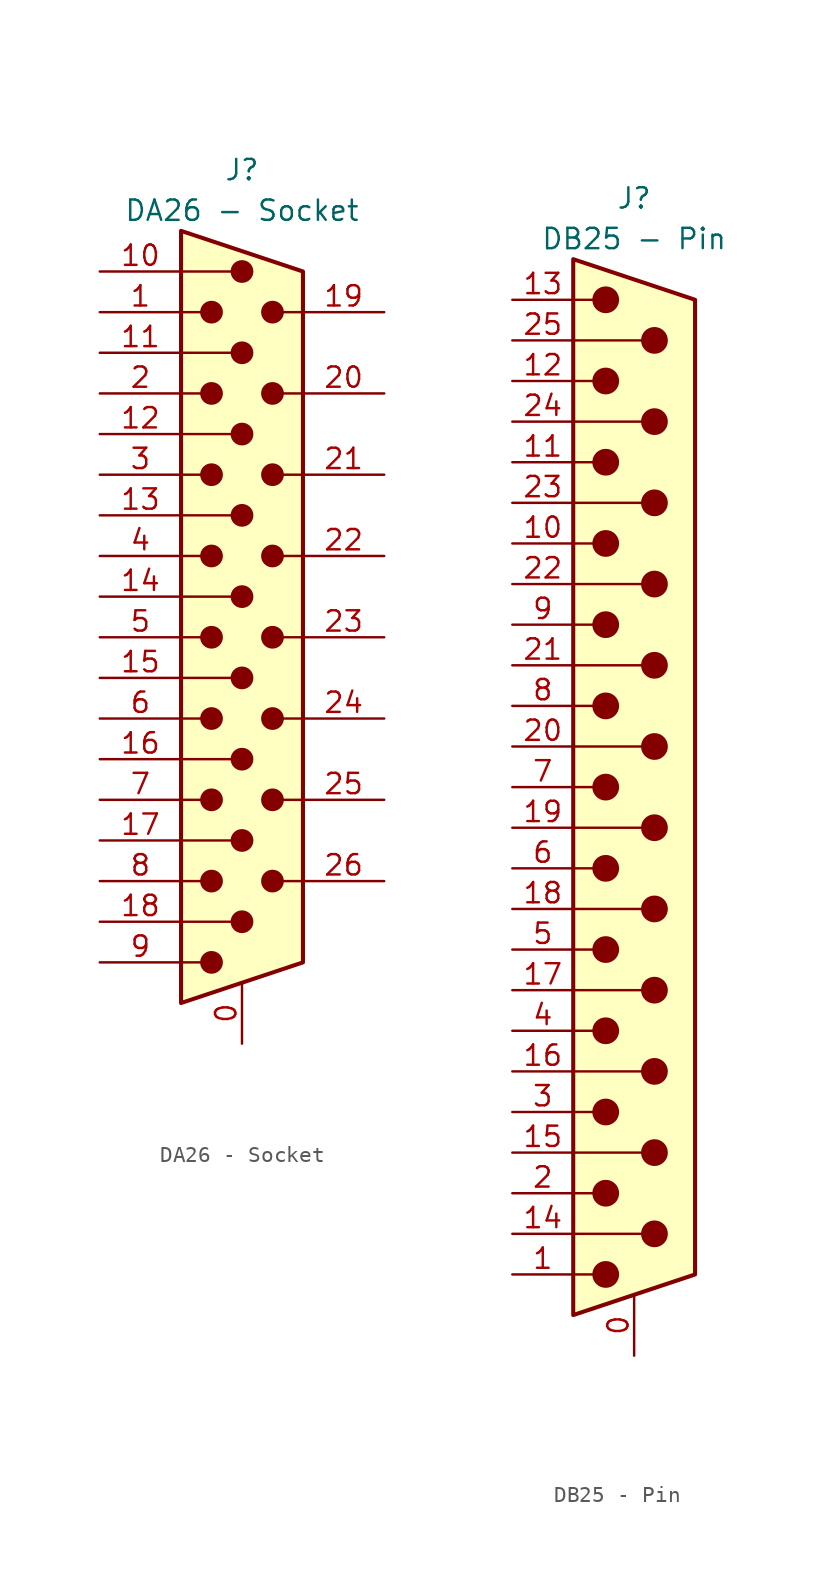
<source format=kicad_sym>
(kicad_symbol_lib
  (version 20220914)
  (generator kicad_symbol_editor)
  (symbol "DA26 - Socket"
    (pin_names
      (offset 1.016) hide)
    (property "Reference" "J"
      (at 0 26.67 0)
      (effects (font (size 1.27 1.27))))
    (property "Value" "DA26 - Socket"
      (at 0 24.13 0)
      (effects (font (size 1.27 1.27))))
    (symbol "DA26 - Socket_0_1"
      (circle (center -1.905 -22.86) (radius 0.635) (stroke (width 0) (type default)) (fill (type outline)))
      (circle (center -1.905 -17.78) (radius 0.635) (stroke (width 0) (type default)) (fill (type outline)))
      (circle (center -1.905 -12.7) (radius 0.635) (stroke (width 0) (type default)) (fill (type outline)))
      (circle (center -1.905 -7.62) (radius 0.635) (stroke (width 0) (type default)) (fill (type outline)))
      (circle (center -1.905 -2.54) (radius 0.635) (stroke (width 0) (type default)) (fill (type outline)))
      (circle (center -1.905 2.54) (radius 0.635) (stroke (width 0) (type default)) (fill (type outline)))
      (circle (center -1.905 7.62) (radius 0.635) (stroke (width 0) (type default)) (fill (type outline)))
      (circle (center -1.905 12.7) (radius 0.635) (stroke (width 0) (type default)) (fill (type outline)))
      (circle (center -1.905 17.78) (radius 0.635) (stroke (width 0) (type default)) (fill (type outline)))
      (circle (center 0 -20.32) (radius 0.635) (stroke (width 0) (type default)) (fill (type outline)))
      (circle (center 0 -15.24) (radius 0.635) (stroke (width 0) (type default)) (fill (type outline)))
      (circle (center 0 -10.16) (radius 0.635) (stroke (width 0) (type default)) (fill (type outline)))
      (circle (center 0 -5.08) (radius 0.635) (stroke (width 0) (type default)) (fill (type outline)))
      (polyline (pts (xy -2.54 -22.86) (xy -3.81 -22.86)) (stroke (width 0) (type default)) (fill (type none)))
      (polyline (pts (xy -2.54 -17.78) (xy -3.81 -17.78)) (stroke (width 0) (type default)) (fill (type none)))
      (polyline (pts (xy -2.54 -12.7) (xy -3.81 -12.7)) (stroke (width 0) (type default)) (fill (type none)))
      (polyline (pts (xy -2.54 -7.62) (xy -3.81 -7.62)) (stroke (width 0) (type default)) (fill (type none)))
      (polyline (pts (xy -2.54 -2.54) (xy -3.81 -2.54)) (stroke (width 0) (type default)) (fill (type none)))
      (polyline (pts (xy -2.54 2.54) (xy -3.81 2.54)) (stroke (width 0) (type default)) (fill (type none)))
      (polyline (pts (xy -2.54 7.62) (xy -3.81 7.62)) (stroke (width 0) (type default)) (fill (type none)))
      (polyline (pts (xy -2.54 12.7) (xy -3.81 12.7)) (stroke (width 0) (type default)) (fill (type none)))
      (polyline (pts (xy -2.54 17.78) (xy -3.81 17.78)) (stroke (width 0) (type default)) (fill (type none)))
      (polyline (pts (xy 0 -20.32) (xy -3.81 -20.32)) (stroke (width 0) (type default)) (fill (type none)))
      (polyline (pts (xy 0 -15.24) (xy -3.81 -15.24)) (stroke (width 0) (type default)) (fill (type none)))
      (polyline (pts (xy 0 -10.16) (xy -3.81 -10.16)) (stroke (width 0) (type default)) (fill (type none)))
      (polyline (pts (xy 0 -5.08) (xy -3.81 -5.08)) (stroke (width 0) (type default)) (fill (type none)))
      (polyline (pts (xy 0 0) (xy -3.81 0)) (stroke (width 0) (type default)) (fill (type none)))
      (polyline (pts (xy 0 5.08) (xy -3.81 5.08)) (stroke (width 0) (type default)) (fill (type none)))
      (polyline (pts (xy 0 10.16) (xy -3.81 10.16)) (stroke (width 0) (type default)) (fill (type none)))
      (polyline (pts (xy 0 15.24) (xy -3.81 15.24)) (stroke (width 0) (type default)) (fill (type none)))
      (polyline (pts (xy 0 20.32) (xy -3.81 20.32)) (stroke (width 0) (type default)) (fill (type none)))
      (polyline (pts (xy 3.81 -17.78) (xy 2.54 -17.78)) (stroke (width 0) (type default)) (fill (type none)))
      (polyline (pts (xy 3.81 -12.7) (xy 2.54 -12.7)) (stroke (width 0) (type default)) (fill (type none)))
      (polyline (pts (xy 3.81 -7.62) (xy 2.54 -7.62)) (stroke (width 0) (type default)) (fill (type none)))
      (polyline (pts (xy 3.81 -2.54) (xy 2.54 -2.54)) (stroke (width 0) (type default)) (fill (type none)))
      (polyline (pts (xy 3.81 2.54) (xy 2.54 2.54)) (stroke (width 0) (type default)) (fill (type none)))
      (polyline (pts (xy 3.81 7.62) (xy 2.54 7.62)) (stroke (width 0) (type default)) (fill (type none)))
      (polyline (pts (xy 3.81 12.7) (xy 2.54 12.7)) (stroke (width 0) (type default)) (fill (type none)))
      (polyline (pts (xy 3.81 17.78) (xy 2.54 17.78)) (stroke (width 0) (type default)) (fill (type none)))
      (polyline (pts (xy -3.81 22.86) (xy -3.81 -25.4) (xy 3.81 -22.86) (xy 3.81 20.32) (xy -3.81 22.86)) (stroke (width 0.254) (type default)) (fill (type background)))
      (circle (center 0 0) (radius 0.635) (stroke (width 0) (type default)) (fill (type outline)))
      (circle (center 0 5.08) (radius 0.635) (stroke (width 0) (type default)) (fill (type outline)))
      (circle (center 0 10.16) (radius 0.635) (stroke (width 0) (type default)) (fill (type outline)))
      (circle (center 0 15.24) (radius 0.635) (stroke (width 0) (type default)) (fill (type outline)))
      (circle (center 0 20.32) (radius 0.635) (stroke (width 0) (type default)) (fill (type outline)))
      (circle (center 1.905 -17.78) (radius 0.635) (stroke (width 0) (type default)) (fill (type outline)))
      (circle (center 1.905 -12.7) (radius 0.635) (stroke (width 0) (type default)) (fill (type outline)))
      (circle (center 1.905 -7.62) (radius 0.635) (stroke (width 0) (type default)) (fill (type outline)))
      (circle (center 1.905 -2.54) (radius 0.635) (stroke (width 0) (type default)) (fill (type outline)))
      (circle (center 1.905 2.54) (radius 0.635) (stroke (width 0) (type default)) (fill (type outline)))
      (circle (center 1.905 7.62) (radius 0.635) (stroke (width 0) (type default)) (fill (type outline)))
      (circle (center 1.905 12.7) (radius 0.635) (stroke (width 0) (type default)) (fill (type outline)))
      (circle (center 1.905 17.78) (radius 0.635) (stroke (width 0) (type default)) (fill (type outline))))
    (symbol "DA26 - Socket_1_1"
      (pin passive line (at 0 -27.94 90) (length 3.81) (name "0" (effects (font (size 1.27 1.27)))) (number "0" (effects (font (size 1.27 1.27)))))
      (pin passive line (at -8.89 17.78 0) (length 5.08) (name "1" (effects (font (size 1.27 1.27)))) (number "1" (effects (font (size 1.27 1.27)))))
      (pin passive line (at -8.89 20.32 0) (length 5.08) (name "10" (effects (font (size 1.27 1.27)))) (number "10" (effects (font (size 1.27 1.27)))))
      (pin passive line (at -8.89 15.24 0) (length 5.08) (name "11" (effects (font (size 1.27 1.27)))) (number "11" (effects (font (size 1.27 1.27)))))
      (pin passive line (at -8.89 10.16 0) (length 5.08) (name "12" (effects (font (size 1.27 1.27)))) (number "12" (effects (font (size 1.27 1.27)))))
      (pin passive line (at -8.89 5.08 0) (length 5.08) (name "13" (effects (font (size 1.27 1.27)))) (number "13" (effects (font (size 1.27 1.27)))))
      (pin passive line (at -8.89 0 0) (length 5.08) (name "14" (effects (font (size 1.27 1.27)))) (number "14" (effects (font (size 1.27 1.27)))))
      (pin passive line (at -8.89 -5.08 0) (length 5.08) (name "15" (effects (font (size 1.27 1.27)))) (number "15" (effects (font (size 1.27 1.27)))))
      (pin passive line (at -8.89 -10.16 0) (length 5.08) (name "16" (effects (font (size 1.27 1.27)))) (number "16" (effects (font (size 1.27 1.27)))))
      (pin passive line (at -8.89 -15.24 0) (length 5.08) (name "17" (effects (font (size 1.27 1.27)))) (number "17" (effects (font (size 1.27 1.27)))))
      (pin passive line (at -8.89 -20.32 0) (length 5.08) (name "18" (effects (font (size 1.27 1.27)))) (number "18" (effects (font (size 1.27 1.27)))))
      (pin passive line (at 8.89 17.78 180) (length 5.08) (name "19" (effects (font (size 1.27 1.27)))) (number "19" (effects (font (size 1.27 1.27)))))
      (pin passive line (at -8.89 12.7 0) (length 5.08) (name "2" (effects (font (size 1.27 1.27)))) (number "2" (effects (font (size 1.27 1.27)))))
      (pin passive line (at 8.89 12.7 180) (length 5.08) (name "20" (effects (font (size 1.27 1.27)))) (number "20" (effects (font (size 1.27 1.27)))))
      (pin passive line (at 8.89 7.62 180) (length 5.08) (name "21" (effects (font (size 1.27 1.27)))) (number "21" (effects (font (size 1.27 1.27)))))
      (pin passive line (at 8.89 2.54 180) (length 5.08) (name "22" (effects (font (size 1.27 1.27)))) (number "22" (effects (font (size 1.27 1.27)))))
      (pin passive line (at 8.89 -2.54 180) (length 5.08) (name "23" (effects (font (size 1.27 1.27)))) (number "23" (effects (font (size 1.27 1.27)))))
      (pin passive line (at 8.89 -7.62 180) (length 5.08) (name "24" (effects (font (size 1.27 1.27)))) (number "24" (effects (font (size 1.27 1.27)))))
      (pin passive line (at 8.89 -12.7 180) (length 5.08) (name "25" (effects (font (size 1.27 1.27)))) (number "25" (effects (font (size 1.27 1.27)))))
      (pin passive line (at 8.89 -17.78 180) (length 5.08) (name "26" (effects (font (size 1.27 1.27)))) (number "26" (effects (font (size 1.27 1.27)))))
      (pin passive line (at -8.89 7.62 0) (length 5.08) (name "3" (effects (font (size 1.27 1.27)))) (number "3" (effects (font (size 1.27 1.27)))))
      (pin passive line (at -8.89 2.54 0) (length 5.08) (name "4" (effects (font (size 1.27 1.27)))) (number "4" (effects (font (size 1.27 1.27)))))
      (pin passive line (at -8.89 -2.54 0) (length 5.08) (name "5" (effects (font (size 1.27 1.27)))) (number "5" (effects (font (size 1.27 1.27)))))
      (pin passive line (at -8.89 -7.62 0) (length 5.08) (name "6" (effects (font (size 1.27 1.27)))) (number "6" (effects (font (size 1.27 1.27)))))
      (pin passive line (at -8.89 -12.7 0) (length 5.08) (name "7" (effects (font (size 1.27 1.27)))) (number "7" (effects (font (size 1.27 1.27)))))
      (pin passive line (at -8.89 -17.78 0) (length 5.08) (name "8" (effects (font (size 1.27 1.27)))) (number "8" (effects (font (size 1.27 1.27)))))
      (pin passive line (at -8.89 -22.86 0) (length 5.08) (name "9" (effects (font (size 1.27 1.27)))) (number "9" (effects (font (size 1.27 1.27)))))))
  (symbol "DB25 - Pin"
    (pin_names
      (offset 1.016) hide)
    (property "Reference" "J"
      (at 0 34.29 0)
      (effects (font (size 1.27 1.27))))
    (property "Value" "DB25 - Pin"
      (at 0 31.75 0)
      (effects (font (size 1.27 1.27))))
    (symbol "DB25 - Pin_0_1"
      (circle (center -1.778 -33.02) (radius 0.762) (stroke (width 0) (type default)) (fill (type outline)))
      (circle (center -1.778 -27.94) (radius 0.762) (stroke (width 0) (type default)) (fill (type outline)))
      (circle (center -1.778 -22.86) (radius 0.762) (stroke (width 0) (type default)) (fill (type outline)))
      (circle (center -1.778 -17.78) (radius 0.762) (stroke (width 0) (type default)) (fill (type outline)))
      (circle (center -1.778 -12.7) (radius 0.762) (stroke (width 0) (type default)) (fill (type outline)))
      (circle (center -1.778 -7.62) (radius 0.762) (stroke (width 0) (type default)) (fill (type outline)))
      (circle (center -1.778 -2.54) (radius 0.762) (stroke (width 0) (type default)) (fill (type outline)))
      (circle (center -1.778 2.54) (radius 0.762) (stroke (width 0) (type default)) (fill (type outline)))
      (circle (center -1.778 7.62) (radius 0.762) (stroke (width 0) (type default)) (fill (type outline)))
      (circle (center -1.778 12.7) (radius 0.762) (stroke (width 0) (type default)) (fill (type outline)))
      (circle (center -1.778 17.78) (radius 0.762) (stroke (width 0) (type default)) (fill (type outline)))
      (circle (center -1.778 22.86) (radius 0.762) (stroke (width 0) (type default)) (fill (type outline)))
      (circle (center -1.778 27.94) (radius 0.762) (stroke (width 0) (type default)) (fill (type outline)))
      (polyline (pts (xy -3.81 -33.02) (xy -1.27 -33.02)) (stroke (width 0) (type default)) (fill (type none)))
      (polyline (pts (xy -3.81 -30.48) (xy 1.27 -30.48)) (stroke (width 0) (type default)) (fill (type none)))
      (polyline (pts (xy -3.81 -27.94) (xy -1.27 -27.94)) (stroke (width 0) (type default)) (fill (type none)))
      (polyline (pts (xy -3.81 -25.4) (xy 1.27 -25.4)) (stroke (width 0) (type default)) (fill (type none)))
      (polyline (pts (xy -3.81 -22.86) (xy -1.27 -22.86)) (stroke (width 0) (type default)) (fill (type none)))
      (polyline (pts (xy -3.81 -20.32) (xy 1.27 -20.32)) (stroke (width 0) (type default)) (fill (type none)))
      (polyline (pts (xy -3.81 -17.78) (xy -1.27 -17.78)) (stroke (width 0) (type default)) (fill (type none)))
      (polyline (pts (xy -3.81 -15.24) (xy 1.27 -15.24)) (stroke (width 0) (type default)) (fill (type none)))
      (polyline (pts (xy -3.81 -12.7) (xy -1.27 -12.7)) (stroke (width 0) (type default)) (fill (type none)))
      (polyline (pts (xy -3.81 -10.16) (xy 1.27 -10.16)) (stroke (width 0) (type default)) (fill (type none)))
      (polyline (pts (xy -3.81 -7.62) (xy -1.27 -7.62)) (stroke (width 0) (type default)) (fill (type none)))
      (polyline (pts (xy -3.81 -5.08) (xy 1.27 -5.08)) (stroke (width 0) (type default)) (fill (type none)))
      (polyline (pts (xy -3.81 -2.54) (xy -1.27 -2.54)) (stroke (width 0) (type default)) (fill (type none)))
      (polyline (pts (xy -3.81 0) (xy 1.27 0)) (stroke (width 0) (type default)) (fill (type none)))
      (polyline (pts (xy -3.81 2.54) (xy -1.27 2.54)) (stroke (width 0) (type default)) (fill (type none)))
      (polyline (pts (xy -3.81 5.08) (xy 1.27 5.08)) (stroke (width 0) (type default)) (fill (type none)))
      (polyline (pts (xy -3.81 7.62) (xy -1.27 7.62)) (stroke (width 0) (type default)) (fill (type none)))
      (polyline (pts (xy -3.81 10.16) (xy 1.27 10.16)) (stroke (width 0) (type default)) (fill (type none)))
      (polyline (pts (xy -3.81 12.7) (xy -1.27 12.7)) (stroke (width 0) (type default)) (fill (type none)))
      (polyline (pts (xy -3.81 15.24) (xy 1.27 15.24)) (stroke (width 0) (type default)) (fill (type none)))
      (polyline (pts (xy -3.81 17.78) (xy -1.27 17.78)) (stroke (width 0) (type default)) (fill (type none)))
      (polyline (pts (xy -3.81 20.32) (xy 1.27 20.32)) (stroke (width 0) (type default)) (fill (type none)))
      (polyline (pts (xy -3.81 22.86) (xy -1.27 22.86)) (stroke (width 0) (type default)) (fill (type none)))
      (polyline (pts (xy -3.81 25.4) (xy 1.27 25.4)) (stroke (width 0) (type default)) (fill (type none)))
      (polyline (pts (xy -3.81 27.94) (xy -1.27 27.94)) (stroke (width 0) (type default)) (fill (type none)))
      (polyline (pts (xy -3.81 30.48) (xy -3.81 -35.56) (xy 3.81 -33.02) (xy 3.81 27.94) (xy -3.81 30.48)) (stroke (width 0.254) (type default)) (fill (type background)))
      (circle (center 1.27 -30.48) (radius 0.762) (stroke (width 0) (type default)) (fill (type outline)))
      (circle (center 1.27 -25.4) (radius 0.762) (stroke (width 0) (type default)) (fill (type outline)))
      (circle (center 1.27 -20.32) (radius 0.762) (stroke (width 0) (type default)) (fill (type outline)))
      (circle (center 1.27 -15.24) (radius 0.762) (stroke (width 0) (type default)) (fill (type outline)))
      (circle (center 1.27 -10.16) (radius 0.762) (stroke (width 0) (type default)) (fill (type outline)))
      (circle (center 1.27 -5.08) (radius 0.762) (stroke (width 0) (type default)) (fill (type outline)))
      (circle (center 1.27 0) (radius 0.762) (stroke (width 0) (type default)) (fill (type outline)))
      (circle (center 1.27 5.08) (radius 0.762) (stroke (width 0) (type default)) (fill (type outline)))
      (circle (center 1.27 10.16) (radius 0.762) (stroke (width 0) (type default)) (fill (type outline)))
      (circle (center 1.27 15.24) (radius 0.762) (stroke (width 0) (type default)) (fill (type outline)))
      (circle (center 1.27 20.32) (radius 0.762) (stroke (width 0) (type default)) (fill (type outline)))
      (circle (center 1.27 25.4) (radius 0.762) (stroke (width 0) (type default)) (fill (type outline))))
    (symbol "DB25 - Pin_1_1"
      (pin passive line (at 0 -38.1 90) (length 3.81) (name "0" (effects (font (size 1.27 1.27)))) (number "0" (effects (font (size 1.27 1.27)))))
      (pin passive line (at -7.62 -33.02 0) (length 3.81) (name "1" (effects (font (size 1.27 1.27)))) (number "1" (effects (font (size 1.27 1.27)))))
      (pin passive line (at -7.62 12.7 0) (length 3.81) (name "10" (effects (font (size 1.27 1.27)))) (number "10" (effects (font (size 1.27 1.27)))))
      (pin passive line (at -7.62 17.78 0) (length 3.81) (name "11" (effects (font (size 1.27 1.27)))) (number "11" (effects (font (size 1.27 1.27)))))
      (pin passive line (at -7.62 22.86 0) (length 3.81) (name "12" (effects (font (size 1.27 1.27)))) (number "12" (effects (font (size 1.27 1.27)))))
      (pin passive line (at -7.62 27.94 0) (length 3.81) (name "13" (effects (font (size 1.27 1.27)))) (number "13" (effects (font (size 1.27 1.27)))))
      (pin passive line (at -7.62 -30.48 0) (length 3.81) (name "14" (effects (font (size 1.27 1.27)))) (number "14" (effects (font (size 1.27 1.27)))))
      (pin passive line (at -7.62 -25.4 0) (length 3.81) (name "15" (effects (font (size 1.27 1.27)))) (number "15" (effects (font (size 1.27 1.27)))))
      (pin passive line (at -7.62 -20.32 0) (length 3.81) (name "16" (effects (font (size 1.27 1.27)))) (number "16" (effects (font (size 1.27 1.27)))))
      (pin passive line (at -7.62 -15.24 0) (length 3.81) (name "17" (effects (font (size 1.27 1.27)))) (number "17" (effects (font (size 1.27 1.27)))))
      (pin passive line (at -7.62 -10.16 0) (length 3.81) (name "18" (effects (font (size 1.27 1.27)))) (number "18" (effects (font (size 1.27 1.27)))))
      (pin passive line (at -7.62 -5.08 0) (length 3.81) (name "19" (effects (font (size 1.27 1.27)))) (number "19" (effects (font (size 1.27 1.27)))))
      (pin passive line (at -7.62 -27.94 0) (length 3.81) (name "2" (effects (font (size 1.27 1.27)))) (number "2" (effects (font (size 1.27 1.27)))))
      (pin passive line (at -7.62 0 0) (length 3.81) (name "20" (effects (font (size 1.27 1.27)))) (number "20" (effects (font (size 1.27 1.27)))))
      (pin passive line (at -7.62 5.08 0) (length 3.81) (name "21" (effects (font (size 1.27 1.27)))) (number "21" (effects (font (size 1.27 1.27)))))
      (pin passive line (at -7.62 10.16 0) (length 3.81) (name "22" (effects (font (size 1.27 1.27)))) (number "22" (effects (font (size 1.27 1.27)))))
      (pin passive line (at -7.62 15.24 0) (length 3.81) (name "23" (effects (font (size 1.27 1.27)))) (number "23" (effects (font (size 1.27 1.27)))))
      (pin passive line (at -7.62 20.32 0) (length 3.81) (name "24" (effects (font (size 1.27 1.27)))) (number "24" (effects (font (size 1.27 1.27)))))
      (pin passive line (at -7.62 25.4 0) (length 3.81) (name "25" (effects (font (size 1.27 1.27)))) (number "25" (effects (font (size 1.27 1.27)))))
      (pin passive line (at -7.62 -22.86 0) (length 3.81) (name "3" (effects (font (size 1.27 1.27)))) (number "3" (effects (font (size 1.27 1.27)))))
      (pin passive line (at -7.62 -17.78 0) (length 3.81) (name "4" (effects (font (size 1.27 1.27)))) (number "4" (effects (font (size 1.27 1.27)))))
      (pin passive line (at -7.62 -12.7 0) (length 3.81) (name "5" (effects (font (size 1.27 1.27)))) (number "5" (effects (font (size 1.27 1.27)))))
      (pin passive line (at -7.62 -7.62 0) (length 3.81) (name "6" (effects (font (size 1.27 1.27)))) (number "6" (effects (font (size 1.27 1.27)))))
      (pin passive line (at -7.62 -2.54 0) (length 3.81) (name "7" (effects (font (size 1.27 1.27)))) (number "7" (effects (font (size 1.27 1.27)))))
      (pin passive line (at -7.62 2.54 0) (length 3.81) (name "8" (effects (font (size 1.27 1.27)))) (number "8" (effects (font (size 1.27 1.27)))))
      (pin passive line (at -7.62 7.62 0) (length 3.81) (name "9" (effects (font (size 1.27 1.27)))) (number "9" (effects (font (size 1.27 1.27))))))))
</source>
